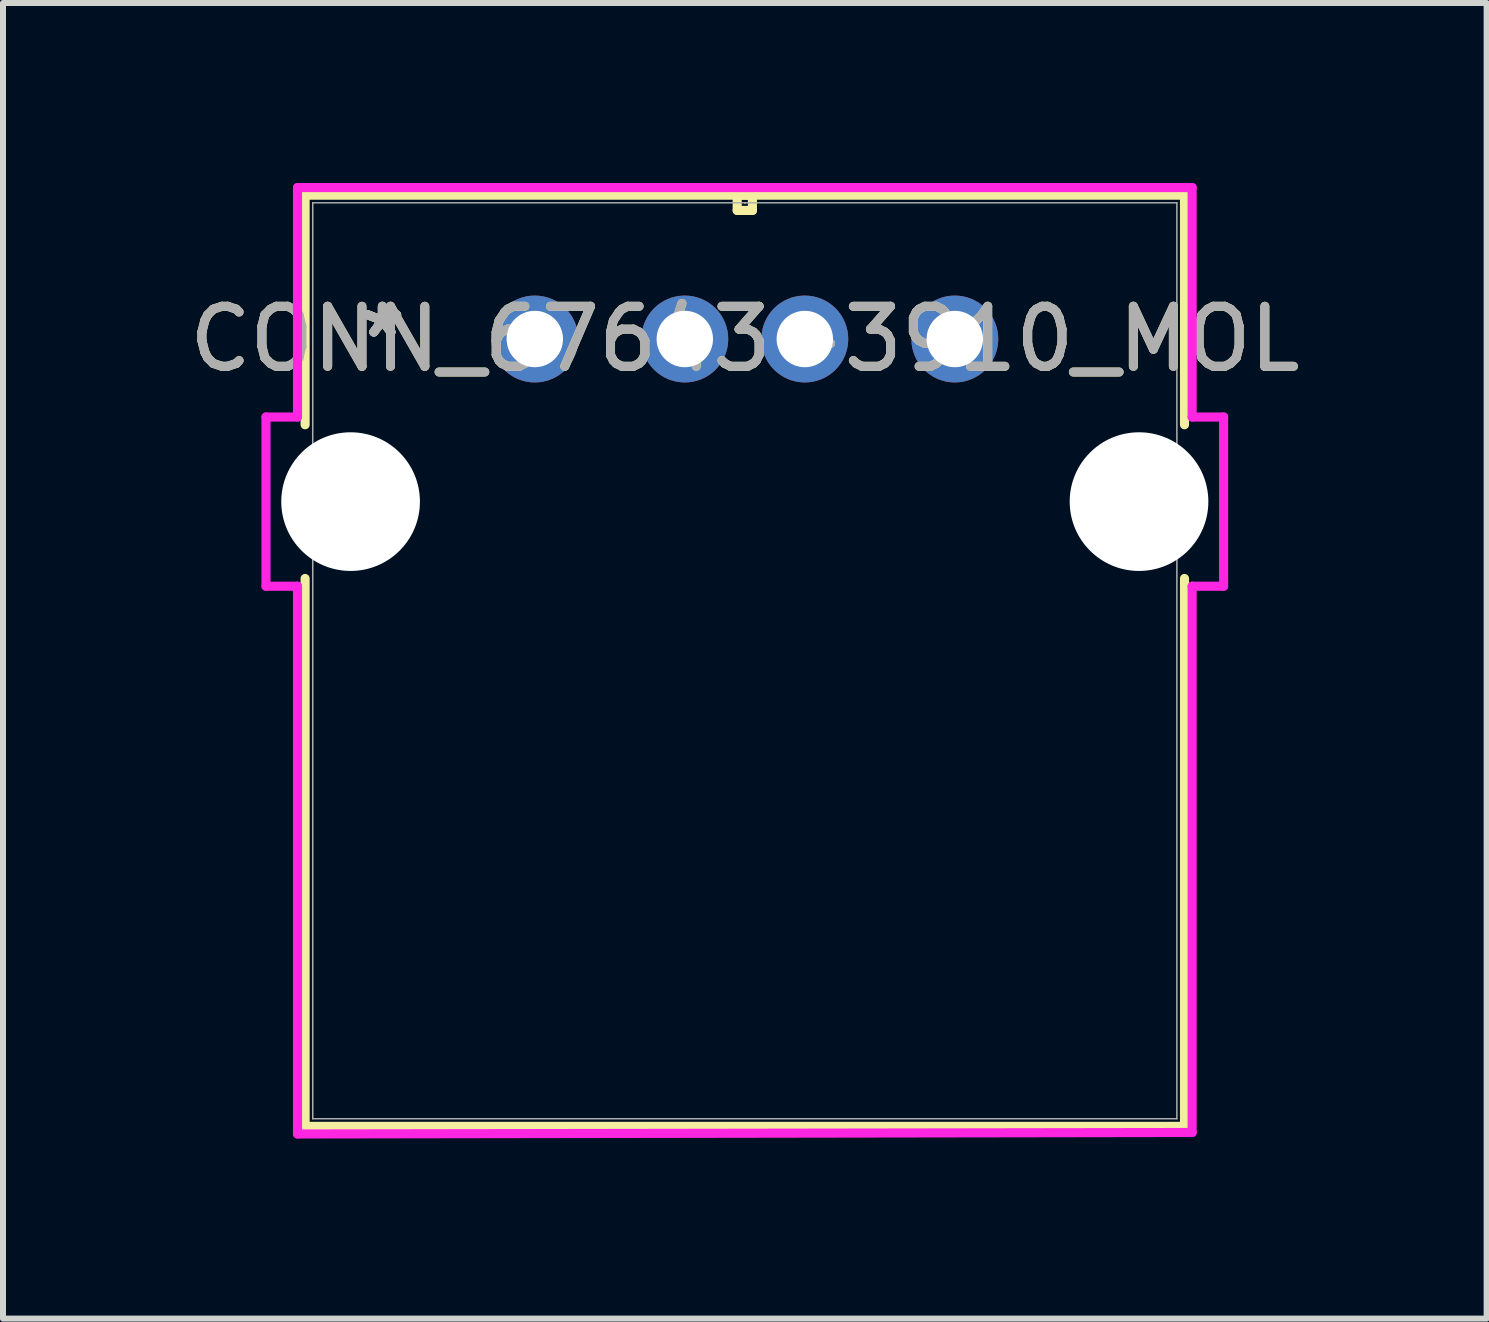
<source format=kicad_pcb>
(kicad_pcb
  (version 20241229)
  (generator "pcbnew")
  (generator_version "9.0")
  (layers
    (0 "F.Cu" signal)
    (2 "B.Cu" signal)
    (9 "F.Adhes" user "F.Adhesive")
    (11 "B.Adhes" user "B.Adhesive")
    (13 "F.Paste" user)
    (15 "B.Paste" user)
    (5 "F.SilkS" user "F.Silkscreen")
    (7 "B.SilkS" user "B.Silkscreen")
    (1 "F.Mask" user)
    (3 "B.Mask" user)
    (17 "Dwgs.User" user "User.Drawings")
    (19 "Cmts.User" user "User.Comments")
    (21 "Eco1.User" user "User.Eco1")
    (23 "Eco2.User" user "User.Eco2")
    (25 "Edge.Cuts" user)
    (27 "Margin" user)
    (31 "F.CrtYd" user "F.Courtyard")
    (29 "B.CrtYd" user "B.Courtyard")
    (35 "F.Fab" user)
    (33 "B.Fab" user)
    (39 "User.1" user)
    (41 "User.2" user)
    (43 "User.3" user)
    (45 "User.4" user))
  (footprint "CONN_67643-3910_MOL"
    (layer "F.Cu")
    (at 5.863 2.6)
    (property "Reference" "CONN_67643-3910_MOL" (at 3.5 0 0) (unlocked yes) (layer "F.SilkS") (effects (font (size 1 1) (thickness 0.15))))
    (attr through_hole)
    (fp_line (start -3.828 -2.397) (end -3.828 1.429) (stroke (width 0.152) (type solid)) (layer "F.SilkS"))
    (fp_line (start -3.828 3.991) (end -3.828 13.122) (stroke (width 0.152) (type solid)) (layer "F.SilkS"))
    (fp_line (start -3.828 13.122) (end 10.828 13.122) (stroke (width 0.152) (type solid)) (layer "F.SilkS"))
    (fp_line (start 3.373 -2.397) (end 3.373 -2.143) (stroke (width 0.152) (type solid)) (layer "F.SilkS"))
    (fp_line (start 3.373 -2.143) (end 3.627 -2.143) (stroke (width 0.152) (type solid)) (layer "F.SilkS"))
    (fp_line (start 3.627 -2.397) (end 3.373 -2.397) (stroke (width 0.152) (type solid)) (layer "F.SilkS"))
    (fp_line (start 3.627 -2.143) (end 3.627 -2.397) (stroke (width 0.152) (type solid)) (layer "F.SilkS"))
    (fp_line (start 10.828 -2.397) (end -3.828 -2.397) (stroke (width 0.152) (type solid)) (layer "F.SilkS"))
    (fp_line (start 10.828 1.429) (end 10.828 -2.397) (stroke (width 0.152) (type solid)) (layer "F.SilkS"))
    (fp_line (start 10.828 13.122) (end 10.828 3.991) (stroke (width 0.152) (type solid)) (layer "F.SilkS"))
    (fp_line (start -4.48 1.3) (end -4.48 4.12) (stroke (width 0.152) (type solid)) (layer "F.CrtYd"))
    (fp_line (start -4.48 4.12) (end -3.955 4.12) (stroke (width 0.152) (type solid)) (layer "F.CrtYd"))
    (fp_line (start -3.955 -2.524) (end -3.955 1.3) (stroke (width 0.152) (type solid)) (layer "F.CrtYd"))
    (fp_line (start -3.955 1.3) (end -4.48 1.3) (stroke (width 0.152) (type solid)) (layer "F.CrtYd"))
    (fp_line (start -3.955 4.12) (end -3.955 13.249) (stroke (width 0.152) (type solid)) (layer "F.CrtYd"))
    (fp_line (start -3.955 13.249) (end 10.955 13.224) (stroke (width 0.152) (type solid)) (layer "F.CrtYd"))
    (fp_line (start 10.955 -2.524) (end -3.955 -2.524) (stroke (width 0.152) (type solid)) (layer "F.CrtYd"))
    (fp_line (start 10.955 1.3) (end 10.955 -2.524) (stroke (width 0.152) (type solid)) (layer "F.CrtYd"))
    (fp_line (start 10.955 4.12) (end 11.48 4.12) (stroke (width 0.152) (type solid)) (layer "F.CrtYd"))
    (fp_line (start 10.955 13.224) (end 10.955 4.12) (stroke (width 0.152) (type solid)) (layer "F.CrtYd"))
    (fp_line (start 11.48 1.3) (end 10.955 1.3) (stroke (width 0.152) (type solid)) (layer "F.CrtYd"))
    (fp_line (start 11.48 4.12) (end 11.48 1.3) (stroke (width 0.152) (type solid)) (layer "F.CrtYd"))
    (fp_line (start -3.701 -2.27) (end -3.701 12.995) (stroke (width 0.025) (type solid)) (layer "F.Fab"))
    (fp_line (start -3.701 12.995) (end 10.701 12.995) (stroke (width 0.025) (type solid)) (layer "F.Fab"))
    (fp_line (start 3.5 -2.27) (end 3.5 -2.27) (stroke (width 0.025) (type solid)) (layer "F.Fab"))
    (fp_line (start 3.5 -2.27) (end 3.5 -2.27) (stroke (width 0.025) (type solid)) (layer "F.Fab"))
    (fp_line (start 3.5 -2.27) (end 3.5 -2.27) (stroke (width 0.025) (type solid)) (layer "F.Fab"))
    (fp_line (start 3.5 -2.27) (end 3.5 -2.27) (stroke (width 0.025) (type solid)) (layer "F.Fab"))
    (fp_line (start 10.701 -2.27) (end -3.701 -2.27) (stroke (width 0.025) (type solid)) (layer "F.Fab"))
    (fp_line (start 10.701 12.995) (end 10.701 -2.27) (stroke (width 0.025) (type solid)) (layer "F.Fab"))
    (fp_text user "*" (at -2.54 0 0) (unlocked yes) (layer "F.SilkS") (effects (font (size 1 1) (thickness 0.15))))
    (fp_text user "*" (at -2.54 0 0) (layer "F.SilkS") (effects (font (size 1 1) (thickness 0.15))))
    (fp_text user "*" (at -2.54 0 0) (layer "F.Fab") (effects (font (size 1 1) (thickness 0.15))))
    (fp_text user "${REFERENCE}" (at 3.5 0 0) (unlocked yes) (layer "F.Fab") (effects (font (size 1 1) (thickness 0.15))))
    (fp_text user "*" (at -2.54 0 0) (unlocked yes) (layer "F.Fab") (effects (font (size 1 1) (thickness 0.15))))
    (pad "" np_thru_hole circle (at -3.07 2.71) (size 2.311 2.311) (drill 2.311) (layers "*.Cu" "*.Mask"))
    (pad "" np_thru_hole circle (at 10.07 2.71) (size 2.311 2.311) (drill 2.311) (layers "*.Cu" "*.Mask"))
    (pad "1" thru_hole circle (at 0 0) (size 1.448 1.448) (drill 0.94) (layers "*.Cu" "*.Mask"))
    (pad "2" thru_hole circle (at 2.5 0) (size 1.448 1.448) (drill 0.94) (layers "*.Cu" "*.Mask"))
    (pad "3" thru_hole circle (at 4.5 0) (size 1.448 1.448) (drill 0.94) (layers "*.Cu" "*.Mask"))
    (pad "4" thru_hole circle (at 7 0) (size 1.448 1.448) (drill 0.94) (layers "*.Cu" "*.Mask")))
  (gr_rect
    (start -3 -3)
    (end 21.726 18.926)
    (stroke (width 0.1) (type default))
    (fill no)
    (layer "Edge.Cuts")))
</source>
